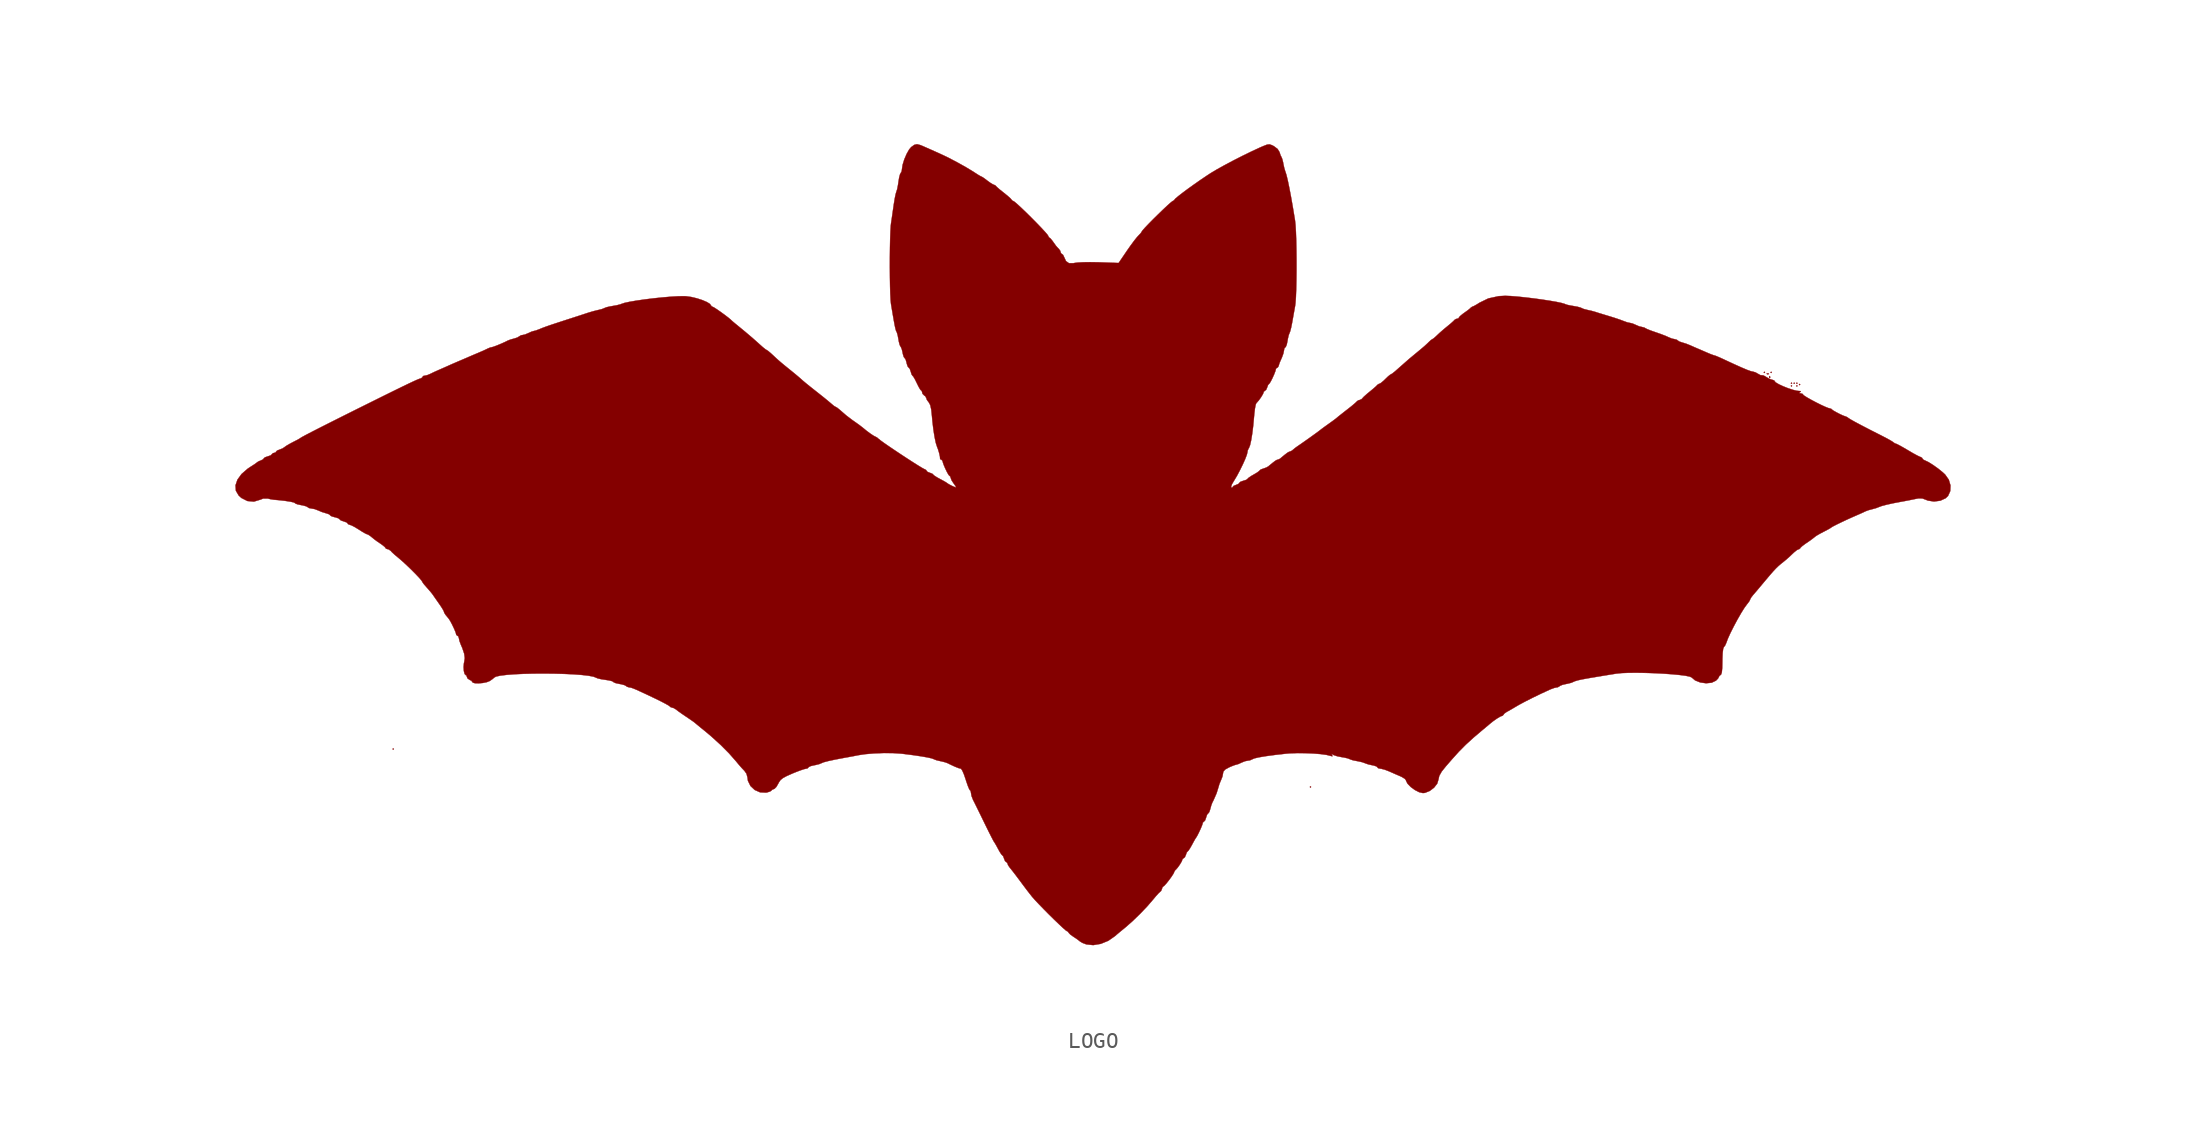
<source format=kicad_sym>
(kicad_symbol_lib
  (version 20220914)
  (generator "bitmap2component")
  (generator_version "8.0")
  (symbol "LOGO"
    (pin_names
      (offset 1.016))
    (property "Reference" "#G"
      (at 0 25.696 0)
      (effects (font (size 1.27 1.27)) hide))
    (symbol "LOGO_0_0"
      (polyline (pts (xy 0.4 -25.678) (xy 0.869 -25.487) (xy 1.283 -25.199) (xy 1.407 -25.091) (xy 1.642 -24.894) (xy 1.9 -24.683) (xy 1.95 -24.642) (xy 2.389 -24.256) (xy 2.861 -23.799) (xy 3.311 -23.327) (xy 3.68 -22.899) (xy 3.846 -22.699) (xy 4.017 -22.51) (xy 4.125 -22.411) (xy 4.169 -22.373) (xy 4.233 -22.221) (xy 4.24 -22.166) (xy 4.3 -22.098) (xy 4.367 -22.05) (xy 4.503 -21.901) (xy 4.667 -21.693) (xy 4.827 -21.473) (xy 4.947 -21.286) (xy 4.995 -21.176) (xy 4.996 -21.165) (xy 5.059 -21.068) (xy 5.09 -21.046) (xy 5.207 -20.913) (xy 5.343 -20.721) (xy 5.456 -20.531) (xy 5.503 -20.408) (xy 5.506 -20.385) (xy 5.586 -20.32) (xy 5.655 -20.267) (xy 5.723 -20.108) (xy 5.772 -19.968) (xy 5.832 -19.897) (xy 5.87 -19.864) (xy 5.971 -19.718) (xy 6.098 -19.494) (xy 6.181 -19.338) (xy 6.29 -19.143) (xy 6.35 -19.05) (xy 6.355 -19.045) (xy 6.432 -18.919) (xy 6.54 -18.706) (xy 6.652 -18.463) (xy 6.738 -18.252) (xy 6.773 -18.131) (xy 6.777 -18.1) (xy 6.851 -18.034) (xy 6.853 -18.034) (xy 6.924 -17.958) (xy 6.985 -17.78) (xy 6.986 -17.775) (xy 7.046 -17.599) (xy 7.112 -17.526) (xy 7.118 -17.525) (xy 7.183 -17.439) (xy 7.243 -17.254) (xy 7.305 -17.024) (xy 7.371 -16.851) (xy 7.449 -16.699) (xy 7.636 -16.272) (xy 7.748 -15.912) (xy 7.815 -15.685) (xy 7.924 -15.425) (xy 8.003 -15.225) (xy 8.043 -15.009) (xy 8.059 -14.92) (xy 8.172 -14.786) (xy 8.42 -14.649) (xy 8.546 -14.594) (xy 8.757 -14.511) (xy 8.876 -14.478) (xy 8.878 -14.478) (xy 9.006 -14.44) (xy 9.198 -14.351) (xy 9.415 -14.264) (xy 9.614 -14.225) (xy 9.722 -14.211) (xy 9.868 -14.145) (xy 10 -14.088) (xy 10.29 -14.021) (xy 10.725 -13.948) (xy 11.291 -13.872) (xy 11.977 -13.794) (xy 12.203 -13.775) (xy 12.669 -13.758) (xy 13.175 -13.762) (xy 13.681 -13.783) (xy 14.142 -13.82) (xy 14.518 -13.872) (xy 14.767 -13.934) (xy 14.783 -13.941) (xy 14.882 -13.959) (xy 14.857 -13.879) (xy 14.853 -13.872) (xy 14.824 -13.802) (xy 14.906 -13.854) (xy 14.969 -13.888) (xy 15.181 -13.956) (xy 15.452 -14.01) (xy 15.6 -14.034) (xy 15.832 -14.086) (xy 15.96 -14.136) (xy 15.991 -14.153) (xy 16.164 -14.208) (xy 16.408 -14.256) (xy 16.489 -14.27) (xy 16.743 -14.328) (xy 16.916 -14.39) (xy 16.933 -14.399) (xy 17.128 -14.465) (xy 17.378 -14.52) (xy 17.436 -14.53) (xy 17.621 -14.587) (xy 17.695 -14.651) (xy 17.729 -14.699) (xy 17.869 -14.732) (xy 17.924 -14.737) (xy 18.143 -14.793) (xy 18.398 -14.89) (xy 18.456 -14.915) (xy 18.791 -15.063) (xy 19.113 -15.202) (xy 19.222 -15.254) (xy 19.402 -15.366) (xy 19.473 -15.455) (xy 19.476 -15.483) (xy 19.571 -15.669) (xy 19.77 -15.874) (xy 20.027 -16.063) (xy 20.296 -16.202) (xy 20.532 -16.256) (xy 20.658 -16.243) (xy 20.955 -16.125) (xy 21.226 -15.919) (xy 21.424 -15.667) (xy 21.503 -15.407) (xy 21.551 -15.182) (xy 21.706 -14.908) (xy 21.984 -14.563) (xy 22.153 -14.37) (xy 22.325 -14.172) (xy 22.35 -14.143) (xy 22.776 -13.67) (xy 23.204 -13.238) (xy 23.68 -12.803) (xy 24.25 -12.319) (xy 24.445 -12.158) (xy 24.642 -11.992) (xy 24.757 -11.896) (xy 24.936 -11.753) (xy 25.162 -11.596) (xy 25.361 -11.477) (xy 25.481 -11.43) (xy 25.504 -11.428) (xy 25.569 -11.359) (xy 25.616 -11.289) (xy 25.76 -11.188) (xy 25.867 -11.13) (xy 26.105 -10.994) (xy 26.374 -10.835) (xy 26.527 -10.746) (xy 26.918 -10.536) (xy 27.399 -10.293) (xy 27.928 -10.037) (xy 28.461 -9.791) (xy 28.515 -9.768) (xy 28.742 -9.685) (xy 28.9 -9.652) (xy 28.961 -9.644) (xy 29.078 -9.575) (xy 29.102 -9.554) (xy 29.254 -9.491) (xy 29.486 -9.438) (xy 29.571 -9.422) (xy 29.799 -9.365) (xy 29.934 -9.308) (xy 30.005 -9.273) (xy 30.212 -9.21) (xy 30.484 -9.15) (xy 30.585 -9.132) (xy 30.774 -9.097) (xy 30.981 -9.061) (xy 31.238 -9.018) (xy 31.573 -8.962) (xy 32.016 -8.889) (xy 32.597 -8.795) (xy 32.622 -8.791) (xy 32.952 -8.758) (xy 33.382 -8.741) (xy 33.886 -8.737) (xy 34.437 -8.746) (xy 35.008 -8.765) (xy 35.571 -8.794) (xy 36.099 -8.832) (xy 36.566 -8.876) (xy 36.945 -8.925) (xy 37.209 -8.979) (xy 37.33 -9.036) (xy 37.542 -9.217) (xy 37.864 -9.344) (xy 38.227 -9.394) (xy 38.573 -9.36) (xy 38.841 -9.233) (xy 38.972 -9.1) (xy 39.031 -8.989) (xy 39.039 -8.956) (xy 39.137 -8.869) (xy 39.163 -8.849) (xy 39.209 -8.712) (xy 39.235 -8.438) (xy 39.244 -8.011) (xy 39.245 -7.881) (xy 39.261 -7.502) (xy 39.293 -7.243) (xy 39.339 -7.129) (xy 39.413 -7.041) (xy 39.494 -6.858) (xy 39.577 -6.63) (xy 39.738 -6.272) (xy 39.947 -5.855) (xy 40.179 -5.421) (xy 40.412 -5.014) (xy 40.623 -4.676) (xy 40.788 -4.451) (xy 40.804 -4.433) (xy 40.928 -4.267) (xy 40.979 -4.16) (xy 40.979 -4.154) (xy 41.04 -4.039) (xy 41.169 -3.872) (xy 41.277 -3.748) (xy 41.481 -3.508) (xy 41.698 -3.249) (xy 41.894 -3.015) (xy 42.185 -2.67) (xy 42.406 -2.415) (xy 42.584 -2.225) (xy 42.741 -2.072) (xy 42.904 -1.932) (xy 43.097 -1.778) (xy 43.147 -1.738) (xy 43.399 -1.52) (xy 43.641 -1.291) (xy 43.725 -1.212) (xy 43.9 -1.072) (xy 44.014 -1.016) (xy 44.045 -1.013) (xy 44.112 -0.953) (xy 44.125 -0.925) (xy 44.239 -0.818) (xy 44.429 -0.677) (xy 44.662 -0.519) (xy 44.862 -0.375) (xy 45.068 -0.212) (xy 45.141 -0.163) (xy 45.34 -0.048) (xy 45.594 0.085) (xy 45.768 0.174) (xy 45.965 0.284) (xy 46.059 0.348) (xy 46.063 0.352) (xy 46.172 0.416) (xy 46.396 0.531) (xy 46.698 0.677) (xy 47.041 0.838) (xy 47.391 0.996) (xy 47.71 1.135) (xy 47.786 1.168) (xy 48.02 1.272) (xy 48.178 1.348) (xy 48.185 1.351) (xy 48.362 1.418) (xy 48.599 1.482) (xy 48.613 1.485) (xy 48.849 1.55) (xy 49.019 1.616) (xy 49.191 1.68) (xy 49.51 1.765) (xy 49.943 1.86) (xy 50.461 1.958) (xy 50.622 1.987) (xy 50.991 2.058) (xy 51.31 2.124) (xy 51.507 2.159) (xy 51.744 2.153) (xy 51.974 2.067) (xy 52.086 2.021) (xy 52.467 1.963) (xy 52.864 2.014) (xy 53.2 2.169) (xy 53.346 2.313) (xy 53.483 2.615) (xy 53.498 2.965) (xy 53.392 3.323) (xy 53.166 3.645) (xy 53.013 3.788) (xy 52.726 4.02) (xy 52.41 4.245) (xy 52.118 4.427) (xy 51.901 4.53) (xy 51.801 4.576) (xy 51.731 4.662) (xy 51.727 4.686) (xy 51.637 4.741) (xy 51.59 4.755) (xy 51.415 4.84) (xy 51.153 4.982) (xy 50.842 5.165) (xy 50.66 5.273) (xy 50.374 5.435) (xy 50.16 5.547) (xy 50.054 5.588) (xy 50.036 5.589) (xy 49.939 5.652) (xy 49.909 5.679) (xy 49.756 5.775) (xy 49.505 5.915) (xy 49.191 6.077) (xy 49.171 6.088) (xy 48.496 6.43) (xy 47.944 6.716) (xy 47.522 6.941) (xy 47.238 7.101) (xy 47.099 7.192) (xy 47.047 7.232) (xy 46.939 7.281) (xy 46.922 7.284) (xy 46.78 7.335) (xy 46.568 7.434) (xy 46.342 7.552) (xy 46.158 7.658) (xy 46.073 7.726) (xy 46.053 7.75) (xy 45.93 7.789) (xy 45.866 7.803) (xy 45.675 7.879) (xy 45.408 8.002) (xy 45.104 8.154) (xy 44.801 8.314) (xy 44.537 8.463) (xy 44.351 8.581) (xy 44.281 8.647) (xy 44.258 8.686) (xy 44.133 8.722) (xy 44.13 8.722) (xy 44.037 8.738) (xy 44.103 8.799) (xy 44.12 8.81) (xy 44.147 8.859) (xy 44.019 8.87) (xy 43.91 8.88) (xy 43.656 8.94) (xy 43.354 9.039) (xy 43.045 9.161) (xy 42.772 9.288) (xy 42.577 9.403) (xy 42.503 9.489) (xy 42.485 9.527) (xy 42.368 9.567) (xy 42.362 9.568) (xy 42.198 9.619) (xy 41.998 9.734) (xy 41.974 9.751) (xy 41.809 9.842) (xy 41.715 9.852) (xy 41.629 9.857) (xy 41.473 9.94) (xy 41.316 10.03) (xy 41.163 10.075) (xy 41.162 10.075) (xy 41.031 10.102) (xy 40.797 10.186) (xy 40.45 10.332) (xy 39.976 10.545) (xy 39.363 10.829) (xy 39.333 10.844) (xy 39.057 10.969) (xy 38.847 11.058) (xy 38.745 11.091) (xy 38.697 11.103) (xy 38.524 11.166) (xy 38.286 11.265) (xy 38.156 11.322) (xy 37.881 11.441) (xy 37.677 11.528) (xy 37.465 11.619) (xy 37.211 11.732) (xy 36.977 11.825) (xy 36.723 11.902) (xy 36.553 11.959) (xy 36.443 12.032) (xy 36.403 12.068) (xy 36.254 12.108) (xy 36.091 12.142) (xy 35.878 12.229) (xy 35.692 12.313) (xy 35.399 12.425) (xy 35.074 12.539) (xy 35.061 12.543) (xy 34.767 12.646) (xy 34.538 12.738) (xy 34.421 12.798) (xy 34.378 12.827) (xy 34.21 12.87) (xy 34.047 12.907) (xy 33.836 12.997) (xy 33.628 13.086) (xy 33.468 13.123) (xy 33.462 13.123) (xy 33.295 13.159) (xy 33.075 13.238) (xy 33.062 13.244) (xy 32.837 13.328) (xy 32.52 13.435) (xy 32.173 13.543) (xy 32.131 13.555) (xy 31.797 13.656) (xy 31.51 13.744) (xy 31.327 13.803) (xy 31.325 13.804) (xy 31.089 13.871) (xy 30.819 13.932) (xy 30.792 13.938) (xy 30.573 13.995) (xy 30.438 14.054) (xy 30.384 14.079) (xy 30.191 14.132) (xy 29.93 14.179) (xy 29.782 14.203) (xy 29.55 14.252) (xy 29.422 14.296) (xy 29.392 14.311) (xy 29.195 14.369) (xy 28.871 14.437) (xy 28.45 14.51) (xy 27.965 14.584) (xy 27.446 14.655) (xy 26.926 14.717) (xy 26.436 14.768) (xy 26.007 14.802) (xy 25.67 14.815) (xy 25.271 14.794) (xy 24.621 14.653) (xy 24.062 14.381) (xy 23.926 14.294) (xy 23.732 14.183) (xy 23.625 14.139) (xy 23.619 14.139) (xy 23.523 14.076) (xy 23.489 14.037) (xy 23.346 13.919) (xy 23.135 13.768) (xy 23.005 13.674) (xy 22.84 13.536) (xy 22.775 13.45) (xy 22.764 13.419) (xy 22.655 13.377) (xy 22.605 13.372) (xy 22.507 13.312) (xy 22.444 13.242) (xy 22.281 13.095) (xy 22.058 12.91) (xy 21.863 12.75) (xy 21.601 12.523) (xy 21.404 12.34) (xy 21.36 12.297) (xy 21.209 12.162) (xy 21.123 12.107) (xy 21.122 12.107) (xy 21.031 12.049) (xy 20.887 11.915) (xy 20.847 11.874) (xy 20.638 11.68) (xy 20.405 11.482) (xy 19.673 10.875) (xy 18.981 10.266) (xy 18.79 10.097) (xy 18.617 9.959) (xy 18.527 9.906) (xy 18.49 9.889) (xy 18.357 9.782) (xy 18.178 9.61) (xy 18.079 9.513) (xy 17.907 9.37) (xy 17.8 9.313) (xy 17.778 9.312) (xy 17.681 9.248) (xy 17.617 9.177) (xy 17.453 9.031) (xy 17.23 8.846) (xy 17.027 8.679) (xy 16.837 8.509) (xy 16.739 8.403) (xy 16.702 8.361) (xy 16.555 8.297) (xy 16.509 8.292) (xy 16.411 8.228) (xy 16.394 8.205) (xy 16.271 8.091) (xy 16.059 7.913) (xy 15.79 7.701) (xy 15.671 7.609) (xy 15.421 7.412) (xy 15.237 7.266) (xy 15.155 7.196) (xy 15.075 7.131) (xy 14.894 6.996) (xy 14.654 6.824) (xy 14.422 6.658) (xy 14.216 6.507) (xy 14.103 6.42) (xy 14.089 6.408) (xy 13.953 6.306) (xy 13.726 6.141) (xy 13.448 5.941) (xy 13.158 5.736) (xy 12.896 5.552) (xy 12.7 5.419) (xy 12.555 5.315) (xy 12.399 5.186) (xy 12.333 5.133) (xy 12.211 5.08) (xy 12.172 5.072) (xy 12.069 5.014) (xy 11.896 4.883) (xy 11.624 4.658) (xy 11.572 4.621) (xy 11.447 4.572) (xy 11.405 4.563) (xy 11.305 4.505) (xy 11.134 4.375) (xy 10.866 4.154) (xy 10.752 4.088) (xy 10.548 4.016) (xy 10.401 3.964) (xy 10.329 3.905) (xy 10.303 3.87) (xy 10.165 3.769) (xy 9.948 3.641) (xy 9.809 3.561) (xy 9.635 3.444) (xy 9.567 3.374) (xy 9.567 3.373) (xy 9.491 3.316) (xy 9.313 3.26) (xy 9.308 3.259) (xy 9.132 3.197) (xy 9.059 3.128) (xy 9.006 3.064) (xy 8.848 2.998) (xy 8.708 2.943) (xy 8.636 2.865) (xy 8.631 2.839) (xy 8.556 2.834) (xy 8.543 2.877) (xy 8.593 3.03) (xy 8.714 3.241) (xy 8.735 3.272) (xy 8.91 3.565) (xy 9.095 3.913) (xy 9.273 4.276) (xy 9.424 4.613) (xy 9.528 4.885) (xy 9.567 5.051) (xy 9.58 5.149) (xy 9.651 5.299) (xy 9.662 5.312) (xy 9.729 5.481) (xy 9.798 5.788) (xy 9.866 6.206) (xy 9.928 6.707) (xy 9.979 7.265) (xy 9.996 7.453) (xy 10.035 7.774) (xy 10.079 8.007) (xy 10.121 8.112) (xy 10.151 8.138) (xy 10.279 8.286) (xy 10.421 8.486) (xy 10.536 8.679) (xy 10.583 8.802) (xy 10.586 8.825) (xy 10.666 8.89) (xy 10.735 8.943) (xy 10.803 9.102) (xy 10.853 9.242) (xy 10.915 9.313) (xy 10.939 9.331) (xy 11.02 9.459) (xy 11.126 9.667) (xy 11.232 9.903) (xy 11.313 10.113) (xy 11.345 10.245) (xy 11.348 10.265) (xy 11.43 10.329) (xy 11.461 10.337) (xy 11.518 10.435) (xy 11.524 10.473) (xy 11.583 10.649) (xy 11.684 10.88) (xy 11.72 10.96) (xy 11.812 11.214) (xy 11.851 11.409) (xy 11.87 11.527) (xy 11.933 11.599) (xy 11.963 11.623) (xy 12.022 11.768) (xy 12.07 12.002) (xy 12.091 12.129) (xy 12.144 12.359) (xy 12.194 12.488) (xy 12.238 12.598) (xy 12.297 12.828) (xy 12.356 13.123) (xy 12.401 13.375) (xy 12.477 13.803) (xy 12.545 14.182) (xy 12.568 14.359) (xy 12.594 14.726) (xy 12.613 15.209) (xy 12.626 15.777) (xy 12.633 16.398) (xy 12.633 17.042) (xy 12.627 17.678) (xy 12.615 18.274) (xy 12.596 18.8) (xy 12.572 19.224) (xy 12.541 19.516) (xy 12.518 19.658) (xy 12.402 20.359) (xy 12.289 21.003) (xy 12.181 21.567) (xy 12.085 22.03) (xy 12.003 22.37) (xy 11.941 22.564) (xy 11.929 22.592) (xy 11.865 22.808) (xy 11.809 23.072) (xy 11.798 23.138) (xy 11.743 23.362) (xy 11.688 23.495) (xy 11.635 23.596) (xy 11.572 23.791) (xy 11.572 23.794) (xy 11.452 23.99) (xy 11.223 24.164) (xy 11.102 24.227) (xy 10.946 24.28) (xy 10.792 24.263) (xy 10.563 24.174) (xy 10.32 24.069) (xy 9.815 23.834) (xy 9.252 23.559) (xy 8.674 23.265) (xy 8.123 22.972) (xy 7.642 22.705) (xy 7.273 22.484) (xy 7.04 22.332) (xy 6.644 22.065) (xy 6.243 21.785) (xy 5.859 21.51) (xy 5.518 21.256) (xy 5.244 21.043) (xy 5.062 20.889) (xy 4.995 20.811) (xy 4.992 20.794) (xy 4.908 20.743) (xy 4.882 20.731) (xy 4.751 20.626) (xy 4.54 20.437) (xy 4.275 20.187) (xy 3.981 19.902) (xy 3.682 19.608) (xy 3.406 19.328) (xy 3.177 19.089) (xy 3.021 18.915) (xy 2.963 18.832) (xy 2.963 18.829) (xy 2.9 18.731) (xy 2.761 18.585) (xy 2.674 18.492) (xy 2.494 18.267) (xy 2.272 17.967) (xy 2.037 17.632) (xy 1.517 16.867) (xy 0.314 16.909) (xy 0.202 16.912) (xy -0.262 16.919) (xy -0.685 16.913) (xy -1.026 16.895) (xy -1.24 16.868) (xy -1.317 16.852) (xy -1.587 16.853) (xy -1.772 16.984) (xy -1.902 17.263) (xy -1.953 17.371) (xy -2.038 17.441) (xy -2.073 17.454) (xy -2.117 17.564) (xy -2.126 17.619) (xy -2.223 17.755) (xy -2.257 17.782) (xy -2.389 17.93) (xy -2.541 18.139) (xy -2.603 18.23) (xy -2.734 18.392) (xy -2.815 18.457) (xy -2.834 18.461) (xy -2.879 18.552) (xy -2.879 18.554) (xy -2.94 18.648) (xy -3.101 18.833) (xy -3.336 19.086) (xy -3.622 19.383) (xy -3.935 19.699) (xy -4.251 20.012) (xy -4.547 20.296) (xy -4.798 20.529) (xy -4.981 20.686) (xy -5.072 20.743) (xy -5.099 20.746) (xy -5.165 20.808) (xy -5.165 20.812) (xy -5.241 20.901) (xy -5.414 21.058) (xy -5.652 21.25) (xy -5.677 21.27) (xy -5.915 21.46) (xy -6.09 21.612) (xy -6.167 21.693) (xy -6.174 21.706) (xy -6.281 21.759) (xy -6.326 21.773) (xy -6.483 21.864) (xy -6.689 22.013) (xy -6.797 22.097) (xy -6.968 22.219) (xy -7.056 22.267) (xy -7.099 22.284) (xy -7.253 22.372) (xy -7.468 22.51) (xy -7.581 22.584) (xy -8.023 22.851) (xy -8.548 23.145) (xy -9.102 23.436) (xy -9.184 23.477) (xy -9.434 23.596) (xy -9.757 23.745) (xy -10.181 23.934) (xy -10.734 24.178) (xy -10.87 24.234) (xy -11.082 24.289) (xy -11.251 24.249) (xy -11.447 24.108) (xy -11.571 23.962) (xy -11.731 23.679) (xy -11.877 23.337) (xy -11.982 22.997) (xy -12.023 22.72) (xy -12.038 22.597) (xy -12.101 22.483) (xy -12.14 22.416) (xy -12.194 22.22) (xy -12.239 21.948) (xy -12.269 21.742) (xy -12.319 21.484) (xy -12.368 21.328) (xy -12.376 21.31) (xy -12.424 21.137) (xy -12.479 20.858) (xy -12.533 20.523) (xy -12.591 20.119) (xy -12.652 19.695) (xy -12.704 19.346) (xy -12.72 19.203) (xy -12.742 18.852) (xy -12.759 18.387) (xy -12.771 17.838) (xy -12.778 17.236) (xy -12.779 16.615) (xy -12.775 16.005) (xy -12.766 15.438) (xy -12.752 14.945) (xy -12.732 14.558) (xy -12.707 14.309) (xy -12.617 13.77) (xy -12.539 13.316) (xy -12.479 12.989) (xy -12.432 12.771) (xy -12.395 12.639) (xy -12.363 12.573) (xy -12.341 12.529) (xy -12.287 12.343) (xy -12.24 12.088) (xy -12.218 11.959) (xy -12.164 11.747) (xy -12.11 11.643) (xy -12.094 11.627) (xy -12.033 11.484) (xy -11.98 11.26) (xy -11.966 11.183) (xy -11.91 10.997) (xy -11.855 10.922) (xy -11.845 10.919) (xy -11.786 10.821) (xy -11.732 10.626) (xy -11.724 10.585) (xy -11.665 10.403) (xy -11.602 10.329) (xy -11.601 10.329) (xy -11.533 10.253) (xy -11.472 10.075) (xy -11.471 10.07) (xy -11.415 9.894) (xy -11.36 9.82) (xy -11.312 9.769) (xy -11.212 9.601) (xy -11.091 9.356) (xy -10.989 9.148) (xy -10.882 8.963) (xy -10.816 8.892) (xy -10.787 8.876) (xy -10.753 8.76) (xy -10.738 8.695) (xy -10.626 8.582) (xy -10.567 8.547) (xy -10.499 8.421) (xy -10.466 8.319) (xy -10.351 8.162) (xy -10.335 8.145) (xy -10.252 7.983) (xy -10.191 7.706) (xy -10.147 7.288) (xy -10.12 6.987) (xy -10.059 6.467) (xy -9.985 6) (xy -9.906 5.623) (xy -9.827 5.376) (xy -9.773 5.239) (xy -9.7 4.999) (xy -9.649 4.774) (xy -9.638 4.636) (xy -9.639 4.619) (xy -9.567 4.572) (xy -9.547 4.57) (xy -9.483 4.488) (xy -9.476 4.439) (xy -9.417 4.261) (xy -9.32 4.032) (xy -9.209 3.803) (xy -9.108 3.626) (xy -9.043 3.556) (xy -9.015 3.546) (xy -8.975 3.44) (xy -8.975 3.439) (xy -8.924 3.294) (xy -8.805 3.11) (xy -8.797 3.099) (xy -8.683 2.94) (xy -8.636 2.848) (xy -8.656 2.844) (xy -8.775 2.885) (xy -8.95 2.966) (xy -9.12 3.058) (xy -9.229 3.133) (xy -9.275 3.165) (xy -9.44 3.26) (xy -9.673 3.385) (xy -9.83 3.471) (xy -10.007 3.584) (xy -10.075 3.651) (xy -10.129 3.701) (xy -10.287 3.76) (xy -10.427 3.816) (xy -10.499 3.896) (xy -10.505 3.925) (xy -10.599 3.979) (xy -10.616 3.984) (xy -10.751 4.056) (xy -10.991 4.201) (xy -11.309 4.401) (xy -11.678 4.639) (xy -12.073 4.898) (xy -12.466 5.16) (xy -12.832 5.407) (xy -13.143 5.622) (xy -13.373 5.789) (xy -13.496 5.888) (xy -13.576 5.959) (xy -13.671 6.011) (xy -13.687 6.015) (xy -13.814 6.084) (xy -14.012 6.217) (xy -14.232 6.38) (xy -14.425 6.539) (xy -14.485 6.588) (xy -14.693 6.748) (xy -14.935 6.92) (xy -15.101 7.035) (xy -15.493 7.332) (xy -15.9 7.684) (xy -15.916 7.698) (xy -16.071 7.823) (xy -16.163 7.874) (xy -16.168 7.875) (xy -16.269 7.935) (xy -16.426 8.065) (xy -16.466 8.1) (xy -16.663 8.266) (xy -16.933 8.486) (xy -17.229 8.721) (xy -17.37 8.832) (xy -17.745 9.129) (xy -18.02 9.351) (xy -18.219 9.518) (xy -18.369 9.652) (xy -18.475 9.744) (xy -18.682 9.918) (xy -18.927 10.118) (xy -18.958 10.143) (xy -19.298 10.418) (xy -19.545 10.622) (xy -19.735 10.785) (xy -19.905 10.938) (xy -20.091 11.113) (xy -20.228 11.238) (xy -20.392 11.376) (xy -20.479 11.43) (xy -20.549 11.472) (xy -20.712 11.602) (xy -20.923 11.79) (xy -20.999 11.859) (xy -21.373 12.191) (xy -21.813 12.564) (xy -22.352 13.007) (xy -22.436 13.075) (xy -22.604 13.217) (xy -22.691 13.295) (xy -22.718 13.323) (xy -22.869 13.45) (xy -23.091 13.62) (xy -23.343 13.803) (xy -23.584 13.971) (xy -23.773 14.092) (xy -23.87 14.139) (xy -23.895 14.143) (xy -23.961 14.218) (xy -24.019 14.307) (xy -24.209 14.425) (xy -24.493 14.547) (xy -24.831 14.657) (xy -25.185 14.742) (xy -25.516 14.788) (xy -25.629 14.793) (xy -25.994 14.788) (xy -26.454 14.761) (xy -26.976 14.717) (xy -27.527 14.66) (xy -28.073 14.593) (xy -28.582 14.52) (xy -29.021 14.446) (xy -29.357 14.374) (xy -29.557 14.307) (xy -29.619 14.283) (xy -29.835 14.227) (xy -30.108 14.178) (xy -30.247 14.155) (xy -30.478 14.103) (xy -30.607 14.054) (xy -30.616 14.048) (xy -30.765 13.988) (xy -30.988 13.931) (xy -31.024 13.924) (xy -31.321 13.85) (xy -31.623 13.76) (xy -31.785 13.707) (xy -32.097 13.604) (xy -32.483 13.479) (xy -32.893 13.347) (xy -33.311 13.211) (xy -33.745 13.069) (xy -34.071 12.96) (xy -34.316 12.873) (xy -34.51 12.8) (xy -34.684 12.728) (xy -34.702 12.721) (xy -34.904 12.646) (xy -35.034 12.615) (xy -35.036 12.615) (xy -35.166 12.577) (xy -35.36 12.489) (xy -35.571 12.4) (xy -35.745 12.362) (xy -35.82 12.352) (xy -35.937 12.283) (xy -35.939 12.28) (xy -36.055 12.209) (xy -36.257 12.145) (xy -36.485 12.083) (xy -36.658 12.015) (xy -36.81 11.938) (xy -37.064 11.824) (xy -37.329 11.714) (xy -37.55 11.632) (xy -37.673 11.599) (xy -37.744 11.587) (xy -37.911 11.518) (xy -37.991 11.477) (xy -38.212 11.375) (xy -38.481 11.259) (xy -38.641 11.192) (xy -38.899 11.082) (xy -39.074 11.007) (xy -39.161 10.968) (xy -39.393 10.869) (xy -39.666 10.752) (xy -39.815 10.689) (xy -40.12 10.557) (xy -40.364 10.449) (xy -40.389 10.437) (xy -40.668 10.313) (xy -40.956 10.187) (xy -40.995 10.17) (xy -41.269 10.047) (xy -41.5 9.935) (xy -41.687 9.858) (xy -41.859 9.821) (xy -41.925 9.81) (xy -41.995 9.737) (xy -42 9.709) (xy -42.093 9.652) (xy -42.114 9.649) (xy -42.198 9.622) (xy -42.345 9.561) (xy -42.566 9.461) (xy -42.872 9.317) (xy -43.273 9.123) (xy -43.782 8.874) (xy -44.408 8.565) (xy -45.163 8.19) (xy -46.059 7.745) (xy -46.866 7.342) (xy -47.691 6.928) (xy -48.366 6.587) (xy -48.895 6.317) (xy -49.278 6.118) (xy -49.517 5.988) (xy -49.615 5.927) (xy -49.668 5.891) (xy -49.839 5.796) (xy -50.079 5.673) (xy -50.248 5.584) (xy -50.477 5.452) (xy -50.614 5.355) (xy -50.725 5.28) (xy -50.933 5.198) (xy -51.067 5.146) (xy -51.139 5.071) (xy -51.153 5.036) (xy -51.266 4.995) (xy -51.324 4.987) (xy -51.393 4.917) (xy -51.393 4.916) (xy -51.469 4.845) (xy -51.647 4.784) (xy -51.652 4.783) (xy -51.828 4.722) (xy -51.901 4.656) (xy -51.944 4.597) (xy -52.091 4.524) (xy -52.217 4.475) (xy -52.324 4.408) (xy -52.352 4.382) (xy -52.495 4.28) (xy -52.705 4.146) (xy -52.905 4.014) (xy -53.289 3.68) (xy -53.546 3.327) (xy -53.667 2.973) (xy -53.644 2.638) (xy -53.47 2.34) (xy -53.301 2.186) (xy -52.925 1.994) (xy -52.519 1.957) (xy -52.115 2.079) (xy -51.936 2.148) (xy -51.649 2.149) (xy -51.482 2.108) (xy -51.266 2.074) (xy -50.948 2.047) (xy -50.563 2.003) (xy -50.247 1.954) (xy -50.032 1.907) (xy -49.953 1.866) (xy -49.936 1.843) (xy -49.8 1.788) (xy -49.574 1.74) (xy -49.466 1.721) (xy -49.253 1.664) (xy -49.146 1.604) (xy -49.081 1.556) (xy -48.911 1.524) (xy -48.728 1.492) (xy -48.498 1.405) (xy -48.285 1.313) (xy -48.012 1.229) (xy -48.002 1.227) (xy -47.825 1.167) (xy -47.752 1.103) (xy -47.749 1.093) (xy -47.651 1.033) (xy -47.456 0.979) (xy -47.415 0.971) (xy -47.233 0.912) (xy -47.159 0.85) (xy -47.159 0.848) (xy -47.083 0.78) (xy -46.905 0.72) (xy -46.9 0.719) (xy -46.724 0.656) (xy -46.651 0.586) (xy -46.64 0.552) (xy -46.532 0.508) (xy -46.425 0.474) (xy -46.216 0.367) (xy -45.962 0.212) (xy -45.742 0.072) (xy -45.545 -0.041) (xy -45.443 -0.085) (xy -45.386 -0.102) (xy -45.248 -0.191) (xy -45.181 -0.246) (xy -44.989 -0.402) (xy -44.822 -0.526) (xy -44.599 -0.677) (xy -44.508 -0.741) (xy -44.346 -0.871) (xy -44.281 -0.953) (xy -44.268 -0.981) (xy -44.158 -1.016) (xy -44.103 -1.025) (xy -43.967 -1.122) (xy -43.888 -1.209) (xy -43.709 -1.373) (xy -43.477 -1.566) (xy -43.475 -1.568) (xy -43.249 -1.762) (xy -42.981 -2.008) (xy -42.7 -2.278) (xy -42.433 -2.546) (xy -42.208 -2.783) (xy -42.053 -2.961) (xy -41.995 -3.052) (xy -41.98 -3.086) (xy -41.881 -3.221) (xy -41.719 -3.406) (xy -41.642 -3.492) (xy -41.46 -3.704) (xy -41.337 -3.862) (xy -41.266 -3.966) (xy -41.113 -4.185) (xy -40.935 -4.439) (xy -40.804 -4.632) (xy -40.685 -4.826) (xy -40.64 -4.929) (xy -40.623 -4.989) (xy -40.534 -5.129) (xy -40.472 -5.203) (xy -40.344 -5.358) (xy -40.251 -5.501) (xy -40.129 -5.73) (xy -40.008 -5.985) (xy -39.915 -6.206) (xy -39.878 -6.338) (xy -39.874 -6.369) (xy -39.793 -6.435) (xy -39.752 -6.452) (xy -39.709 -6.57) (xy -39.709 -6.576) (xy -39.672 -6.75) (xy -39.59 -6.972) (xy -39.493 -7.2) (xy -39.376 -7.548) (xy -39.34 -7.821) (xy -39.375 -8.062) (xy -39.393 -8.136) (xy -39.415 -8.383) (xy -39.398 -8.627) (xy -39.35 -8.815) (xy -39.276 -8.89) (xy -39.243 -8.902) (xy -39.201 -9.011) (xy -39.169 -9.092) (xy -39.031 -9.186) (xy -38.932 -9.233) (xy -38.862 -9.319) (xy -38.841 -9.354) (xy -38.701 -9.393) (xy -38.474 -9.399) (xy -38.211 -9.376) (xy -37.962 -9.325) (xy -37.779 -9.252) (xy -37.776 -9.249) (xy -37.602 -9.128) (xy -37.503 -9.041) (xy -37.388 -8.977) (xy -37.122 -8.918) (xy -36.732 -8.87) (xy -36.242 -8.832) (xy -35.677 -8.806) (xy -35.059 -8.79) (xy -34.414 -8.786) (xy -33.764 -8.792) (xy -33.134 -8.809) (xy -32.548 -8.836) (xy -32.03 -8.875) (xy -31.602 -8.924) (xy -31.29 -8.984) (xy -31.118 -9.054) (xy -31.037 -9.088) (xy -30.823 -9.139) (xy -30.544 -9.182) (xy -30.331 -9.215) (xy -30.133 -9.264) (xy -30.057 -9.31) (xy -30.039 -9.333) (xy -29.904 -9.388) (xy -29.678 -9.436) (xy -29.569 -9.455) (xy -29.357 -9.512) (xy -29.249 -9.572) (xy -29.215 -9.607) (xy -29.07 -9.652) (xy -29.041 -9.653) (xy -28.952 -9.67) (xy -28.821 -9.714) (xy -28.625 -9.795) (xy -28.343 -9.923) (xy -27.952 -10.105) (xy -27.432 -10.353) (xy -27.1 -10.516) (xy -26.804 -10.67) (xy -26.598 -10.787) (xy -26.515 -10.85) (xy -26.496 -10.877) (xy -26.373 -10.922) (xy -26.302 -10.936) (xy -26.146 -11.028) (xy -26.144 -11.03) (xy -26.017 -11.13) (xy -25.795 -11.288) (xy -25.526 -11.471) (xy -25.504 -11.486) (xy -25.252 -11.656) (xy -25.064 -11.787) (xy -24.977 -11.852) (xy -24.954 -11.872) (xy -24.824 -11.981) (xy -24.609 -12.158) (xy -24.341 -12.375) (xy -23.949 -12.704) (xy -23.359 -13.24) (xy -22.826 -13.775) (xy -22.394 -14.266) (xy -22.231 -14.463) (xy -22.022 -14.702) (xy -21.865 -14.867) (xy -21.738 -15.046) (xy -21.675 -15.279) (xy -21.647 -15.488) (xy -21.489 -15.811) (xy -21.223 -16.062) (xy -20.885 -16.211) (xy -20.514 -16.227) (xy -20.458 -16.217) (xy -20.26 -16.157) (xy -20.165 -16.089) (xy -20.146 -16.056) (xy -20.024 -16.002) (xy -19.99 -15.991) (xy -19.875 -15.876) (xy -19.756 -15.673) (xy -19.711 -15.585) (xy -19.61 -15.44) (xy -19.462 -15.319) (xy -19.232 -15.194) (xy -18.88 -15.038) (xy -18.721 -14.972) (xy -18.403 -14.849) (xy -18.152 -14.764) (xy -18.012 -14.732) (xy -17.935 -14.72) (xy -17.865 -14.655) (xy -17.852 -14.632) (xy -17.724 -14.57) (xy -17.505 -14.518) (xy -17.419 -14.502) (xy -17.192 -14.446) (xy -17.06 -14.391) (xy -16.927 -14.334) (xy -16.628 -14.255) (xy -16.177 -14.158) (xy -15.579 -14.045) (xy -15.417 -14.016) (xy -15.049 -13.948) (xy -14.732 -13.886) (xy -14.325 -13.825) (xy -13.762 -13.777) (xy -13.155 -13.754) (xy -12.567 -13.759) (xy -12.065 -13.793) (xy -11.858 -13.817) (xy -11.313 -13.887) (xy -10.832 -13.958) (xy -10.44 -14.026) (xy -10.165 -14.087) (xy -10.033 -14.136) (xy -10.014 -14.148) (xy -9.853 -14.207) (xy -9.62 -14.261) (xy -9.573 -14.27) (xy -9.327 -14.331) (xy -9.155 -14.394) (xy -9.009 -14.468) (xy -8.726 -14.6) (xy -8.486 -14.695) (xy -8.343 -14.732) (xy -8.324 -14.742) (xy -8.245 -14.864) (xy -8.144 -15.1) (xy -8.039 -15.409) (xy -8.003 -15.524) (xy -7.903 -15.811) (xy -7.82 -16.011) (xy -7.768 -16.087) (xy -7.73 -16.122) (xy -7.705 -16.264) (xy -7.674 -16.441) (xy -7.586 -16.666) (xy -7.557 -16.724) (xy -7.449 -16.939) (xy -7.292 -17.258) (xy -7.1 -17.648) (xy -6.892 -18.076) (xy -6.777 -18.312) (xy -6.588 -18.694) (xy -6.431 -19.004) (xy -6.32 -19.217) (xy -6.269 -19.304) (xy -6.236 -19.351) (xy -6.139 -19.515) (xy -6.013 -19.748) (xy -5.927 -19.906) (xy -5.814 -20.082) (xy -5.747 -20.151) (xy -5.697 -20.204) (xy -5.638 -20.362) (xy -5.582 -20.502) (xy -5.502 -20.574) (xy -5.474 -20.579) (xy -5.419 -20.673) (xy -5.396 -20.754) (xy -5.293 -20.905) (xy -5.232 -20.978) (xy -5.078 -21.174) (xy -4.87 -21.446) (xy -4.635 -21.759) (xy -4.482 -21.965) (xy -4.241 -22.286) (xy -4.033 -22.556) (xy -3.893 -22.732) (xy -3.888 -22.738) (xy -3.706 -22.944) (xy -3.453 -23.213) (xy -3.155 -23.52) (xy -2.834 -23.844) (xy -2.513 -24.16) (xy -2.216 -24.445) (xy -1.967 -24.678) (xy -1.788 -24.835) (xy -1.702 -24.892) (xy -1.674 -24.895) (xy -1.609 -24.97) (xy -1.601 -24.993) (xy -1.496 -25.1) (xy -1.31 -25.232) (xy -1.253 -25.268) (xy -1.044 -25.41) (xy -0.908 -25.518) (xy -0.897 -25.528) (xy -0.736 -25.622) (xy -0.508 -25.708) (xy -0.503 -25.71) (xy -0.074 -25.757) (xy 0.4 -25.678)) (stroke (width 0.01) (type default)) (fill (type outline)))
      (polyline (pts (xy 13.547 -15.875) (xy 13.504 -15.833) (xy 13.462 -15.875) (xy 13.504 -15.917) (xy 13.547 -15.875)) (stroke (width 0.01) (type default)) (fill (type outline)))
      (polyline (pts (xy -43.773 -13.504) (xy -43.815 -13.462) (xy -43.857 -13.504) (xy -43.815 -13.547) (xy -43.773 -13.504)) (stroke (width 0.01) (type default)) (fill (type outline)))
      (polyline (pts (xy 43.603 9.186) (xy 43.561 9.229) (xy 43.519 9.186) (xy 43.561 9.144) (xy 43.603 9.186)) (stroke (width 0.01) (type default)) (fill (type outline)))
      (polyline (pts (xy 43.942 9.186) (xy 43.9 9.229) (xy 43.857 9.186) (xy 43.9 9.144) (xy 43.942 9.186)) (stroke (width 0.01) (type default)) (fill (type outline)))
      (polyline (pts (xy 44.111 9.271) (xy 44.069 9.313) (xy 44.027 9.271) (xy 44.069 9.229) (xy 44.111 9.271)) (stroke (width 0.01) (type default)) (fill (type outline)))
      (polyline (pts (xy 43.603 9.356) (xy 43.561 9.398) (xy 43.519 9.356) (xy 43.561 9.313) (xy 43.603 9.356)) (stroke (width 0.01) (type default)) (fill (type outline)))
      (polyline (pts (xy 43.773 9.356) (xy 43.73 9.398) (xy 43.688 9.356) (xy 43.73 9.313) (xy 43.773 9.356)) (stroke (width 0.01) (type default)) (fill (type outline)))
      (polyline (pts (xy 43.942 9.356) (xy 43.9 9.398) (xy 43.857 9.356) (xy 43.9 9.313) (xy 43.942 9.356)) (stroke (width 0.01) (type default)) (fill (type outline)))
      (polyline (pts (xy 42.231 9.693) (xy 42.221 9.793) (xy 42.195 9.806) (xy 42.164 9.737) (xy 42.17 9.692) (xy 42.221 9.68) (xy 42.231 9.693)) (stroke (width 0.01) (type default)) (fill (type outline)))
      (polyline (pts (xy 42.124 9.912) (xy 42.136 9.963) (xy 42.123 9.973) (xy 42.023 9.963) (xy 42.01 9.937) (xy 42.079 9.906) (xy 42.124 9.912)) (stroke (width 0.01) (type default)) (fill (type outline)))
      (polyline (pts (xy 41.91 10.033) (xy 41.868 10.075) (xy 41.825 10.033) (xy 41.868 9.991) (xy 41.91 10.033)) (stroke (width 0.01) (type default)) (fill (type outline)))
      (polyline (pts (xy 42.333 10.033) (xy 42.291 10.075) (xy 42.249 10.033) (xy 42.291 9.991) (xy 42.333 10.033)) (stroke (width 0.01) (type default)) (fill (type outline))))))
</source>
